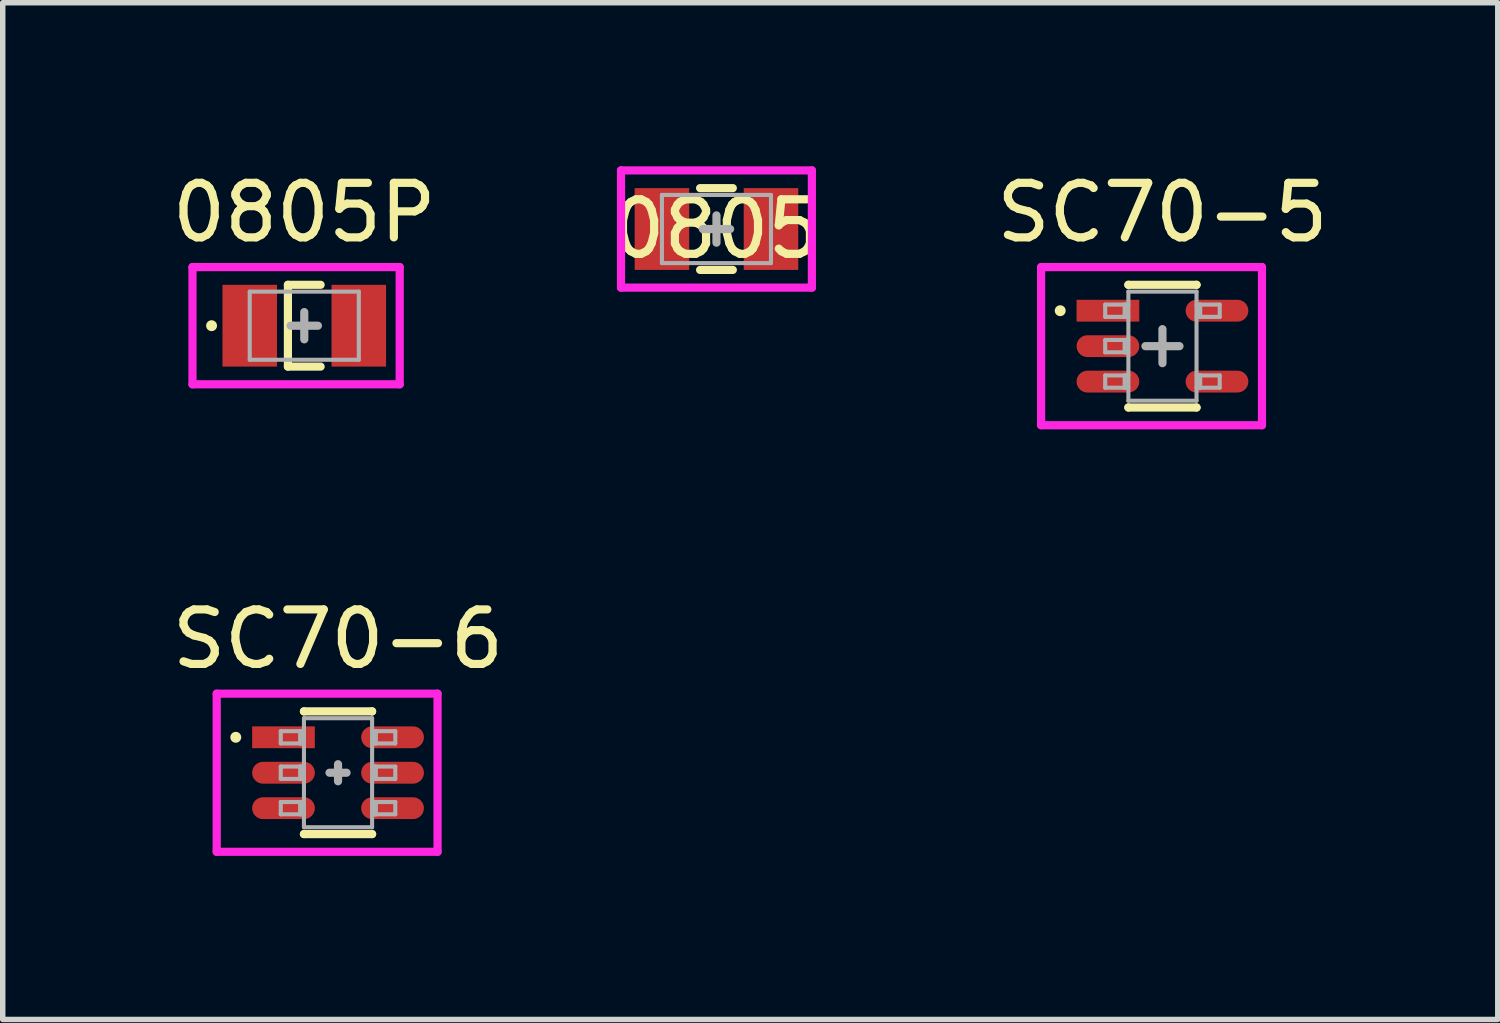
<source format=kicad_pcb>
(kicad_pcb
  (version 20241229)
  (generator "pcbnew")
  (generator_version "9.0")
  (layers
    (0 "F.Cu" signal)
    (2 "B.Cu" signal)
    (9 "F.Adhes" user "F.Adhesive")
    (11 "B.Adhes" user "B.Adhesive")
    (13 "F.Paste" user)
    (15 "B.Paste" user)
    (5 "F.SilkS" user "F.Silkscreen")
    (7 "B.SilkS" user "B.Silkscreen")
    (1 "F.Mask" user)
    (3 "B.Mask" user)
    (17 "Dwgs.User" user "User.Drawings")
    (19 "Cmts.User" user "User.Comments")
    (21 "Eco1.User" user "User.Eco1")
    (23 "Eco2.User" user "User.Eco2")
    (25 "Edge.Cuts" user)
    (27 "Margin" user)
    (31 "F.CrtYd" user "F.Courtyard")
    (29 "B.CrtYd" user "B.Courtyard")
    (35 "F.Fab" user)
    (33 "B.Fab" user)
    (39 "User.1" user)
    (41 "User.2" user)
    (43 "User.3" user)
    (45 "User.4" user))
  (footprint "SC70-6"
    (layer "F.Cu")
    (at 3.149 11.121)
    (property "Reference" "SC70-6" (at 0 -2.45 0) (layer "F.SilkS") (effects (font (size 1 1) (thickness 0.15))))
    (attr through_hole)
    (fp_line (start -1.875 -0.65) (end -1.875 -0.65) (stroke (width 0.2) (type solid)) (layer "F.SilkS"))
    (fp_line (start -0.625 -1.125) (end -0.625 -1.125) (stroke (width 0.15) (type solid)) (layer "F.SilkS"))
    (fp_line (start -0.625 -1.125) (end 0.625 -1.125) (stroke (width 0.15) (type solid)) (layer "F.SilkS"))
    (fp_line (start -0.625 1.125) (end -0.625 1.125) (stroke (width 0.15) (type solid)) (layer "F.SilkS"))
    (fp_line (start -0.625 1.125) (end 0.625 1.125) (stroke (width 0.15) (type solid)) (layer "F.SilkS"))
    (fp_line (start 0.625 -1.125) (end 0.625 -1.125) (stroke (width 0.15) (type solid)) (layer "F.SilkS"))
    (fp_line (start 0.625 1.125) (end 0.625 1.125) (stroke (width 0.15) (type solid)) (layer "F.SilkS"))
    (fp_line (start -2.225 -1.45) (end -2.225 1.45) (stroke (width 0.15) (type solid)) (layer "F.CrtYd"))
    (fp_line (start -2.225 1.45) (end 1.825 1.45) (stroke (width 0.15) (type solid)) (layer "F.CrtYd"))
    (fp_line (start 1.825 -1.45) (end -2.225 -1.45) (stroke (width 0.15) (type solid)) (layer "F.CrtYd"))
    (fp_line (start 1.825 1.45) (end 1.825 -1.45) (stroke (width 0.15) (type solid)) (layer "F.CrtYd"))
    (fp_line (start -1.05 -0.762) (end -1.05 -0.537) (stroke (width 0.075) (type solid)) (layer "F.Fab"))
    (fp_line (start -1.05 -0.537) (end -0.69 -0.537) (stroke (width 0.075) (type solid)) (layer "F.Fab"))
    (fp_line (start -1.05 -0.113) (end -1.05 0.113) (stroke (width 0.075) (type solid)) (layer "F.Fab"))
    (fp_line (start -1.05 0.113) (end -0.69 0.113) (stroke (width 0.075) (type solid)) (layer "F.Fab"))
    (fp_line (start -1.05 0.537) (end -1.05 0.762) (stroke (width 0.075) (type solid)) (layer "F.Fab"))
    (fp_line (start -1.05 0.762) (end -0.69 0.762) (stroke (width 0.075) (type solid)) (layer "F.Fab"))
    (fp_line (start -0.69 -0.762) (end -1.05 -0.762) (stroke (width 0.075) (type solid)) (layer "F.Fab"))
    (fp_line (start -0.69 -0.762) (end -0.69 -0.537) (stroke (width 0.075) (type solid)) (layer "F.Fab"))
    (fp_line (start -0.69 -0.537) (end -0.69 -0.762) (stroke (width 0.075) (type solid)) (layer "F.Fab"))
    (fp_line (start -0.69 -0.537) (end -0.625 -0.537) (stroke (width 0.075) (type solid)) (layer "F.Fab"))
    (fp_line (start -0.69 -0.113) (end -1.05 -0.113) (stroke (width 0.075) (type solid)) (layer "F.Fab"))
    (fp_line (start -0.69 -0.113) (end -0.69 0.113) (stroke (width 0.075) (type solid)) (layer "F.Fab"))
    (fp_line (start -0.69 0.113) (end -0.69 -0.113) (stroke (width 0.075) (type solid)) (layer "F.Fab"))
    (fp_line (start -0.69 0.113) (end -0.625 0.113) (stroke (width 0.075) (type solid)) (layer "F.Fab"))
    (fp_line (start -0.69 0.537) (end -1.05 0.537) (stroke (width 0.075) (type solid)) (layer "F.Fab"))
    (fp_line (start -0.69 0.537) (end -0.69 0.762) (stroke (width 0.075) (type solid)) (layer "F.Fab"))
    (fp_line (start -0.69 0.762) (end -0.69 0.537) (stroke (width 0.075) (type solid)) (layer "F.Fab"))
    (fp_line (start -0.69 0.762) (end -0.625 0.762) (stroke (width 0.075) (type solid)) (layer "F.Fab"))
    (fp_line (start -0.625 -1) (end 0.625 -1) (stroke (width 0.075) (type solid)) (layer "F.Fab"))
    (fp_line (start -0.625 -0.762) (end -0.69 -0.762) (stroke (width 0.075) (type solid)) (layer "F.Fab"))
    (fp_line (start -0.625 -0.113) (end -0.69 -0.113) (stroke (width 0.075) (type solid)) (layer "F.Fab"))
    (fp_line (start -0.625 0.537) (end -0.69 0.537) (stroke (width 0.075) (type solid)) (layer "F.Fab"))
    (fp_line (start -0.625 1) (end -0.625 -1) (stroke (width 0.075) (type solid)) (layer "F.Fab"))
    (fp_line (start 0 -0.156) (end 0 0.156) (stroke (width 0.15) (type solid)) (layer "F.Fab"))
    (fp_line (start 0.156 0) (end -0.156 0) (stroke (width 0.15) (type solid)) (layer "F.Fab"))
    (fp_line (start 0.625 -1) (end 0.625 1) (stroke (width 0.075) (type solid)) (layer "F.Fab"))
    (fp_line (start 0.625 -0.537) (end 0.69 -0.537) (stroke (width 0.075) (type solid)) (layer "F.Fab"))
    (fp_line (start 0.625 0.113) (end 0.69 0.113) (stroke (width 0.075) (type solid)) (layer "F.Fab"))
    (fp_line (start 0.625 0.762) (end 0.69 0.762) (stroke (width 0.075) (type solid)) (layer "F.Fab"))
    (fp_line (start 0.625 1) (end -0.625 1) (stroke (width 0.075) (type solid)) (layer "F.Fab"))
    (fp_line (start 0.69 -0.762) (end 0.625 -0.762) (stroke (width 0.075) (type solid)) (layer "F.Fab"))
    (fp_line (start 0.69 -0.762) (end 0.69 -0.537) (stroke (width 0.075) (type solid)) (layer "F.Fab"))
    (fp_line (start 0.69 -0.537) (end 0.69 -0.762) (stroke (width 0.075) (type solid)) (layer "F.Fab"))
    (fp_line (start 0.69 -0.537) (end 1.05 -0.537) (stroke (width 0.075) (type solid)) (layer "F.Fab"))
    (fp_line (start 0.69 -0.113) (end 0.625 -0.113) (stroke (width 0.075) (type solid)) (layer "F.Fab"))
    (fp_line (start 0.69 -0.113) (end 0.69 0.113) (stroke (width 0.075) (type solid)) (layer "F.Fab"))
    (fp_line (start 0.69 0.113) (end 0.69 -0.113) (stroke (width 0.075) (type solid)) (layer "F.Fab"))
    (fp_line (start 0.69 0.113) (end 1.05 0.113) (stroke (width 0.075) (type solid)) (layer "F.Fab"))
    (fp_line (start 0.69 0.537) (end 0.625 0.537) (stroke (width 0.075) (type solid)) (layer "F.Fab"))
    (fp_line (start 0.69 0.537) (end 0.69 0.762) (stroke (width 0.075) (type solid)) (layer "F.Fab"))
    (fp_line (start 0.69 0.762) (end 0.69 0.537) (stroke (width 0.075) (type solid)) (layer "F.Fab"))
    (fp_line (start 0.69 0.762) (end 1.05 0.762) (stroke (width 0.075) (type solid)) (layer "F.Fab"))
    (fp_line (start 1.05 -0.762) (end 0.69 -0.762) (stroke (width 0.075) (type solid)) (layer "F.Fab"))
    (fp_line (start 1.05 -0.537) (end 1.05 -0.762) (stroke (width 0.075) (type solid)) (layer "F.Fab"))
    (fp_line (start 1.05 -0.113) (end 0.69 -0.113) (stroke (width 0.075) (type solid)) (layer "F.Fab"))
    (fp_line (start 1.05 0.113) (end 1.05 -0.113) (stroke (width 0.075) (type solid)) (layer "F.Fab"))
    (fp_line (start 1.05 0.537) (end 0.69 0.537) (stroke (width 0.075) (type solid)) (layer "F.Fab"))
    (fp_line (start 1.05 0.762) (end 1.05 0.537) (stroke (width 0.075) (type solid)) (layer "F.Fab"))
    (pad "1" smd rect (at -1 -0.65) (size 1.15 0.4) (layers "F.Cu" "F.Mask" "F.Paste"))
    (pad "2" smd oval (at -1 0) (size 1.15 0.4) (layers "F.Cu" "F.Mask" "F.Paste"))
    (pad "3" smd oval (at -1 0.65) (size 1.15 0.4) (layers "F.Cu" "F.Mask" "F.Paste"))
    (pad "4" smd oval (at 1 0.65) (size 1.15 0.4) (layers "F.Cu" "F.Mask" "F.Paste"))
    (pad "5" smd oval (at 1 0) (size 1.15 0.4) (layers "F.Cu" "F.Mask" "F.Paste"))
    (pad "6" smd oval (at 1 -0.65) (size 1.15 0.4) (layers "F.Cu" "F.Mask" "F.Paste")))
  (footprint "SC70-5"
    (layer "F.Cu")
    (at 18.268 3.298)
    (property "Reference" "SC70-5" (at 0 -2.45 0) (layer "F.SilkS") (effects (font (size 1 1) (thickness 0.15))))
    (attr through_hole)
    (fp_line (start -1.875 -0.65) (end -1.875 -0.65) (stroke (width 0.2) (type solid)) (layer "F.SilkS"))
    (fp_line (start -0.625 -1.125) (end -0.625 -1.125) (stroke (width 0.15) (type solid)) (layer "F.SilkS"))
    (fp_line (start -0.625 -1.125) (end 0.625 -1.125) (stroke (width 0.15) (type solid)) (layer "F.SilkS"))
    (fp_line (start -0.625 1.125) (end -0.625 1.125) (stroke (width 0.15) (type solid)) (layer "F.SilkS"))
    (fp_line (start -0.625 1.125) (end 0.625 1.125) (stroke (width 0.15) (type solid)) (layer "F.SilkS"))
    (fp_line (start 0.625 -1.125) (end 0.625 -1.125) (stroke (width 0.15) (type solid)) (layer "F.SilkS"))
    (fp_line (start 0.625 1.125) (end 0.625 1.125) (stroke (width 0.15) (type solid)) (layer "F.SilkS"))
    (fp_line (start -2.225 -1.45) (end -2.225 1.45) (stroke (width 0.15) (type solid)) (layer "F.CrtYd"))
    (fp_line (start -2.225 1.45) (end 1.825 1.45) (stroke (width 0.15) (type solid)) (layer "F.CrtYd"))
    (fp_line (start 1.825 -1.45) (end -2.225 -1.45) (stroke (width 0.15) (type solid)) (layer "F.CrtYd"))
    (fp_line (start 1.825 1.45) (end 1.825 -1.45) (stroke (width 0.15) (type solid)) (layer "F.CrtYd"))
    (fp_line (start -1.05 -0.762) (end -1.05 -0.537) (stroke (width 0.075) (type solid)) (layer "F.Fab"))
    (fp_line (start -1.05 -0.537) (end -0.69 -0.537) (stroke (width 0.075) (type solid)) (layer "F.Fab"))
    (fp_line (start -1.05 -0.113) (end -1.05 0.113) (stroke (width 0.075) (type solid)) (layer "F.Fab"))
    (fp_line (start -1.05 0.113) (end -0.69 0.113) (stroke (width 0.075) (type solid)) (layer "F.Fab"))
    (fp_line (start -1.05 0.537) (end -1.05 0.762) (stroke (width 0.075) (type solid)) (layer "F.Fab"))
    (fp_line (start -1.05 0.762) (end -0.69 0.762) (stroke (width 0.075) (type solid)) (layer "F.Fab"))
    (fp_line (start -0.69 -0.762) (end -1.05 -0.762) (stroke (width 0.075) (type solid)) (layer "F.Fab"))
    (fp_line (start -0.69 -0.762) (end -0.69 -0.537) (stroke (width 0.075) (type solid)) (layer "F.Fab"))
    (fp_line (start -0.69 -0.537) (end -0.69 -0.762) (stroke (width 0.075) (type solid)) (layer "F.Fab"))
    (fp_line (start -0.69 -0.537) (end -0.625 -0.537) (stroke (width 0.075) (type solid)) (layer "F.Fab"))
    (fp_line (start -0.69 -0.113) (end -1.05 -0.113) (stroke (width 0.075) (type solid)) (layer "F.Fab"))
    (fp_line (start -0.69 -0.113) (end -0.69 0.113) (stroke (width 0.075) (type solid)) (layer "F.Fab"))
    (fp_line (start -0.69 0.113) (end -0.69 -0.113) (stroke (width 0.075) (type solid)) (layer "F.Fab"))
    (fp_line (start -0.69 0.113) (end -0.625 0.113) (stroke (width 0.075) (type solid)) (layer "F.Fab"))
    (fp_line (start -0.69 0.537) (end -1.05 0.537) (stroke (width 0.075) (type solid)) (layer "F.Fab"))
    (fp_line (start -0.69 0.537) (end -0.69 0.762) (stroke (width 0.075) (type solid)) (layer "F.Fab"))
    (fp_line (start -0.69 0.762) (end -0.69 0.537) (stroke (width 0.075) (type solid)) (layer "F.Fab"))
    (fp_line (start -0.69 0.762) (end -0.625 0.762) (stroke (width 0.075) (type solid)) (layer "F.Fab"))
    (fp_line (start -0.625 -1) (end -0.625 1) (stroke (width 0.075) (type solid)) (layer "F.Fab"))
    (fp_line (start -0.625 -0.762) (end -0.69 -0.762) (stroke (width 0.075) (type solid)) (layer "F.Fab"))
    (fp_line (start -0.625 -0.113) (end -0.69 -0.113) (stroke (width 0.075) (type solid)) (layer "F.Fab"))
    (fp_line (start -0.625 0.537) (end -0.69 0.537) (stroke (width 0.075) (type solid)) (layer "F.Fab"))
    (fp_line (start -0.625 1) (end 0.625 1) (stroke (width 0.075) (type solid)) (layer "F.Fab"))
    (fp_line (start -0.312 0) (end 0.312 0) (stroke (width 0.15) (type solid)) (layer "F.Fab"))
    (fp_line (start 0 0.312) (end 0 -0.312) (stroke (width 0.15) (type solid)) (layer "F.Fab"))
    (fp_line (start 0.625 -1) (end -0.625 -1) (stroke (width 0.075) (type solid)) (layer "F.Fab"))
    (fp_line (start 0.625 -0.537) (end 0.69 -0.537) (stroke (width 0.075) (type solid)) (layer "F.Fab"))
    (fp_line (start 0.625 0.762) (end 0.69 0.762) (stroke (width 0.075) (type solid)) (layer "F.Fab"))
    (fp_line (start 0.625 1) (end 0.625 -1) (stroke (width 0.075) (type solid)) (layer "F.Fab"))
    (fp_line (start 0.69 -0.762) (end 0.625 -0.762) (stroke (width 0.075) (type solid)) (layer "F.Fab"))
    (fp_line (start 0.69 -0.762) (end 0.69 -0.537) (stroke (width 0.075) (type solid)) (layer "F.Fab"))
    (fp_line (start 0.69 -0.537) (end 0.69 -0.762) (stroke (width 0.075) (type solid)) (layer "F.Fab"))
    (fp_line (start 0.69 -0.537) (end 1.05 -0.537) (stroke (width 0.075) (type solid)) (layer "F.Fab"))
    (fp_line (start 0.69 0.537) (end 0.625 0.537) (stroke (width 0.075) (type solid)) (layer "F.Fab"))
    (fp_line (start 0.69 0.537) (end 0.69 0.762) (stroke (width 0.075) (type solid)) (layer "F.Fab"))
    (fp_line (start 0.69 0.762) (end 0.69 0.537) (stroke (width 0.075) (type solid)) (layer "F.Fab"))
    (fp_line (start 0.69 0.762) (end 1.05 0.762) (stroke (width 0.075) (type solid)) (layer "F.Fab"))
    (fp_line (start 1.05 -0.762) (end 0.69 -0.762) (stroke (width 0.075) (type solid)) (layer "F.Fab"))
    (fp_line (start 1.05 -0.537) (end 1.05 -0.762) (stroke (width 0.075) (type solid)) (layer "F.Fab"))
    (fp_line (start 1.05 0.537) (end 0.69 0.537) (stroke (width 0.075) (type solid)) (layer "F.Fab"))
    (fp_line (start 1.05 0.762) (end 1.05 0.537) (stroke (width 0.075) (type solid)) (layer "F.Fab"))
    (pad "1" smd rect (at -1 -0.65) (size 1.15 0.4) (layers "F.Cu" "F.Mask" "F.Paste"))
    (pad "2" smd oval (at -1 0) (size 1.15 0.4) (layers "F.Cu" "F.Mask" "F.Paste"))
    (pad "3" smd oval (at -1 0.65) (size 1.15 0.4) (layers "F.Cu" "F.Mask" "F.Paste"))
    (pad "4" smd oval (at 1 0.65) (size 1.15 0.4) (layers "F.Cu" "F.Mask" "F.Paste"))
    (pad "5" smd oval (at 1 -0.65) (size 1.15 0.4) (layers "F.Cu" "F.Mask" "F.Paste")))
  (footprint "0805"
    (layer "F.Cu")
    (at 10.089 1.15)
    (property "Reference" "0805" (at 0 0 0) (layer "F.SilkS") (effects (font (size 1 1) (thickness 0.15))))
    (attr through_hole)
    (fp_line (start -0.3 -0.75) (end 0.3 -0.75) (stroke (width 0.15) (type solid)) (layer "F.SilkS"))
    (fp_line (start -0.3 0.75) (end 0.3 0.75) (stroke (width 0.15) (type solid)) (layer "F.SilkS"))
    (fp_line (start -1.75 -1.075) (end -1.75 1.075) (stroke (width 0.15) (type solid)) (layer "F.CrtYd"))
    (fp_line (start -1.75 1.075) (end 1.75 1.075) (stroke (width 0.15) (type solid)) (layer "F.CrtYd"))
    (fp_line (start 1.75 -1.075) (end -1.75 -1.075) (stroke (width 0.15) (type solid)) (layer "F.CrtYd"))
    (fp_line (start 1.75 1.075) (end 1.75 -1.075) (stroke (width 0.15) (type solid)) (layer "F.CrtYd"))
    (fp_line (start -1 -0.625) (end -1 0.625) (stroke (width 0.075) (type solid)) (layer "F.Fab"))
    (fp_line (start -1 0.625) (end 1 0.625) (stroke (width 0.075) (type solid)) (layer "F.Fab"))
    (fp_line (start -0.25 0) (end 0.25 0) (stroke (width 0.15) (type solid)) (layer "F.Fab"))
    (fp_line (start 0 0.25) (end 0 -0.25) (stroke (width 0.15) (type solid)) (layer "F.Fab"))
    (fp_line (start 1 -0.625) (end -1 -0.625) (stroke (width 0.075) (type solid)) (layer "F.Fab"))
    (fp_line (start 1 0.625) (end 1 -0.625) (stroke (width 0.075) (type solid)) (layer "F.Fab"))
    (pad "1" smd rect (at -1 0) (size 1 1.5) (layers "F.Cu" "F.Mask" "F.Paste"))
    (pad "2" smd rect (at 1 0) (size 1 1.5) (layers "F.Cu" "F.Mask" "F.Paste")))
  (footprint "0805P"
    (layer "F.Cu")
    (at 2.53 2.923)
    (property "Reference" "0805P" (at 0 -2.075 0) (layer "F.SilkS") (effects (font (size 1 1) (thickness 0.15))))
    (attr through_hole)
    (fp_line (start -1.7 0) (end -1.7 0) (stroke (width 0.2) (type solid)) (layer "F.SilkS"))
    (fp_line (start -0.3 -0.75) (end -0.3 0.75) (stroke (width 0.15) (type solid)) (layer "F.SilkS"))
    (fp_line (start -0.3 -0.75) (end 0.3 -0.75) (stroke (width 0.15) (type solid)) (layer "F.SilkS"))
    (fp_line (start -0.3 0.75) (end 0.3 0.75) (stroke (width 0.15) (type solid)) (layer "F.SilkS"))
    (fp_line (start -2.05 -1.075) (end -2.05 1.075) (stroke (width 0.15) (type solid)) (layer "F.CrtYd"))
    (fp_line (start -2.05 1.075) (end 1.75 1.075) (stroke (width 0.15) (type solid)) (layer "F.CrtYd"))
    (fp_line (start 1.75 -1.075) (end -2.05 -1.075) (stroke (width 0.15) (type solid)) (layer "F.CrtYd"))
    (fp_line (start 1.75 1.075) (end 1.75 -1.075) (stroke (width 0.15) (type solid)) (layer "F.CrtYd"))
    (fp_line (start -1 -0.625) (end -1 0.625) (stroke (width 0.075) (type solid)) (layer "F.Fab"))
    (fp_line (start -1 0.625) (end 1 0.625) (stroke (width 0.075) (type solid)) (layer "F.Fab"))
    (fp_line (start -0.25 0) (end 0.25 0) (stroke (width 0.15) (type solid)) (layer "F.Fab"))
    (fp_line (start 0 0.25) (end 0 -0.25) (stroke (width 0.15) (type solid)) (layer "F.Fab"))
    (fp_line (start 1 -0.625) (end -1 -0.625) (stroke (width 0.075) (type solid)) (layer "F.Fab"))
    (fp_line (start 1 0.625) (end 1 -0.625) (stroke (width 0.075) (type solid)) (layer "F.Fab"))
    (pad "1" smd rect (at -1 0) (size 1 1.5) (layers "F.Cu" "F.Mask" "F.Paste"))
    (pad "2" smd rect (at 1 0) (size 1 1.5) (layers "F.Cu" "F.Mask" "F.Paste")))
  (gr_rect
    (start -3 -3)
    (end 24.417 15.646)
    (stroke (width 0.1) (type default))
    (fill no)
    (layer "Edge.Cuts")))
</source>
